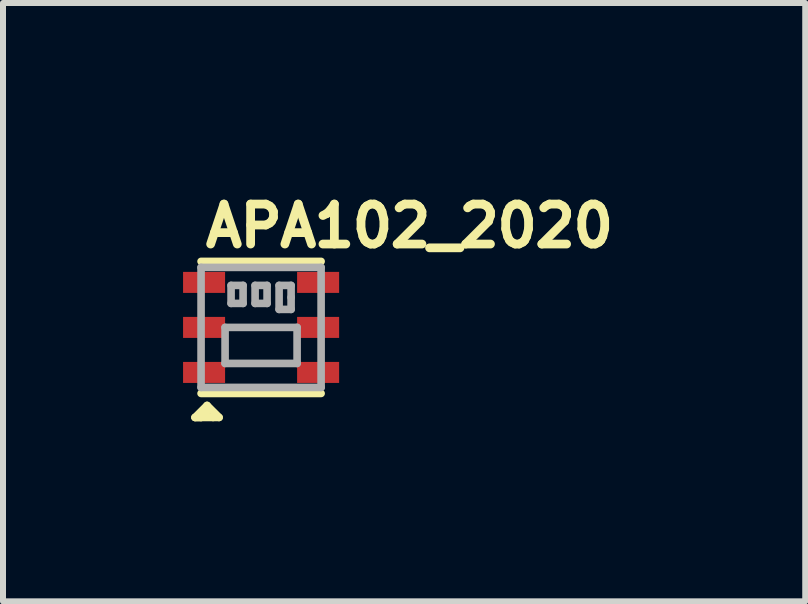
<source format=kicad_pcb>
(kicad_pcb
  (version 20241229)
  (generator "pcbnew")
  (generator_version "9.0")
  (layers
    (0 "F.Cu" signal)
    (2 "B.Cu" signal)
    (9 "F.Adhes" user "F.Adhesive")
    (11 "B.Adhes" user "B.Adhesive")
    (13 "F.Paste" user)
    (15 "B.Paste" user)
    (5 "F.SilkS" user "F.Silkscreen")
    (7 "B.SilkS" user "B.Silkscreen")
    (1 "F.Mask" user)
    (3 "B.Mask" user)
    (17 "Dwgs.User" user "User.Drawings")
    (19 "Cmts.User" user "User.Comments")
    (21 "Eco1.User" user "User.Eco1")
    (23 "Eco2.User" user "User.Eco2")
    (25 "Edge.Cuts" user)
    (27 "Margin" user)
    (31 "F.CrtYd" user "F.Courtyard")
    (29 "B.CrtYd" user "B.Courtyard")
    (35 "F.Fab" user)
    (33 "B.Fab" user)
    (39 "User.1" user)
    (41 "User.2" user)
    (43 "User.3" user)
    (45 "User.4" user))
  (footprint "APA102_2020"
    (layer "F.Cu")
    (at 1.3 2.405)
    (property "Reference" "APA102_2020" (at -1 -1.3 0) (layer "F.SilkS") (effects (font (size 0.666 0.666) (thickness 0.146)) (justify left bottom)))
    (fp_line (start -1.1 1.5) (end -1 1.5) (stroke (width 0.127) (type solid)) (layer "F.SilkS"))
    (fp_line (start -1.1 1.5) (end -0.8 1.5) (stroke (width 0.127) (type solid)) (layer "F.SilkS"))
    (fp_line (start -1 1.5) (end -0.9 1.4) (stroke (width 0.127) (type solid)) (layer "F.SilkS"))
    (fp_line (start -0.9 1.3) (end -1.1 1.5) (stroke (width 0.127) (type solid)) (layer "F.SilkS"))
    (fp_line (start -0.8 1.5) (end -0.7 1.5) (stroke (width 0.127) (type solid)) (layer "F.SilkS"))
    (fp_line (start -0.7 1.5) (end -0.9 1.3) (stroke (width 0.127) (type solid)) (layer "F.SilkS"))
    (fp_line (start 1 -1.1) (end -1 -1.1) (stroke (width 0.127) (type solid)) (layer "F.SilkS"))
    (fp_line (start 1 1.1) (end -1 1.1) (stroke (width 0.127) (type solid)) (layer "F.SilkS"))
    (fp_line (start -1 -1) (end 1 -1) (stroke (width 0.127) (type solid)) (layer "F.Fab"))
    (fp_line (start -1 1) (end -1 -1) (stroke (width 0.127) (type solid)) (layer "F.Fab"))
    (fp_line (start -0.6 0) (end 0.6 0) (stroke (width 0.127) (type solid)) (layer "F.Fab"))
    (fp_line (start -0.6 0.6) (end -0.6 0) (stroke (width 0.127) (type solid)) (layer "F.Fab"))
    (fp_line (start -0.5 -0.7) (end -0.3 -0.7) (stroke (width 0.127) (type solid)) (layer "F.Fab"))
    (fp_line (start -0.5 -0.4) (end -0.5 -0.7) (stroke (width 0.127) (type solid)) (layer "F.Fab"))
    (fp_line (start -0.3 -0.7) (end -0.3 -0.4) (stroke (width 0.127) (type solid)) (layer "F.Fab"))
    (fp_line (start -0.3 -0.4) (end -0.5 -0.4) (stroke (width 0.127) (type solid)) (layer "F.Fab"))
    (fp_line (start -0.1 -0.7) (end 0.1 -0.7) (stroke (width 0.127) (type solid)) (layer "F.Fab"))
    (fp_line (start -0.1 -0.4) (end -0.1 -0.7) (stroke (width 0.127) (type solid)) (layer "F.Fab"))
    (fp_line (start 0.1 -0.7) (end 0.1 -0.4) (stroke (width 0.127) (type solid)) (layer "F.Fab"))
    (fp_line (start 0.1 -0.4) (end -0.1 -0.4) (stroke (width 0.127) (type solid)) (layer "F.Fab"))
    (fp_line (start 0.3 -0.7) (end 0.5 -0.7) (stroke (width 0.127) (type solid)) (layer "F.Fab"))
    (fp_line (start 0.3 -0.3) (end 0.3 -0.7) (stroke (width 0.127) (type solid)) (layer "F.Fab"))
    (fp_line (start 0.5 -0.7) (end 0.5 -0.5) (stroke (width 0.127) (type solid)) (layer "F.Fab"))
    (fp_line (start 0.5 -0.5) (end 0.5 -0.3) (stroke (width 0.127) (type solid)) (layer "F.Fab"))
    (fp_line (start 0.5 -0.3) (end 0.3 -0.3) (stroke (width 0.127) (type solid)) (layer "F.Fab"))
    (fp_line (start 0.6 0) (end 0.6 0.6) (stroke (width 0.127) (type solid)) (layer "F.Fab"))
    (fp_line (start 0.6 0.6) (end -0.6 0.6) (stroke (width 0.127) (type solid)) (layer "F.Fab"))
    (fp_line (start 1 -1) (end 1 1) (stroke (width 0.127) (type solid)) (layer "F.Fab"))
    (fp_line (start 1 1) (end -1 1) (stroke (width 0.127) (type solid)) (layer "F.Fab"))
    (pad "1" smd rect (at -0.95 -0.75 180) (size 0.7 0.35) (layers "F.Cu" "F.Mask" "F.Paste"))
    (pad "2" smd rect (at -0.95 0 180) (size 0.7 0.35) (layers "F.Cu" "F.Mask" "F.Paste"))
    (pad "3" smd rect (at -0.95 0.75 180) (size 0.7 0.35) (layers "F.Cu" "F.Mask" "F.Paste"))
    (pad "4" smd rect (at 0.95 0.75 180) (size 0.7 0.35) (layers "F.Cu" "F.Mask" "F.Paste"))
    (pad "5" smd rect (at 0.95 0 180) (size 0.7 0.35) (layers "F.Cu" "F.Mask" "F.Paste"))
    (pad "6" smd rect (at 0.95 -0.75 180) (size 0.7 0.35) (layers "F.Cu" "F.Mask" "F.Paste")))
  (gr_rect
    (start -3 -3)
    (end 10.366 6.969)
    (stroke (width 0.1) (type default))
    (fill no)
    (layer "Edge.Cuts")))
</source>
